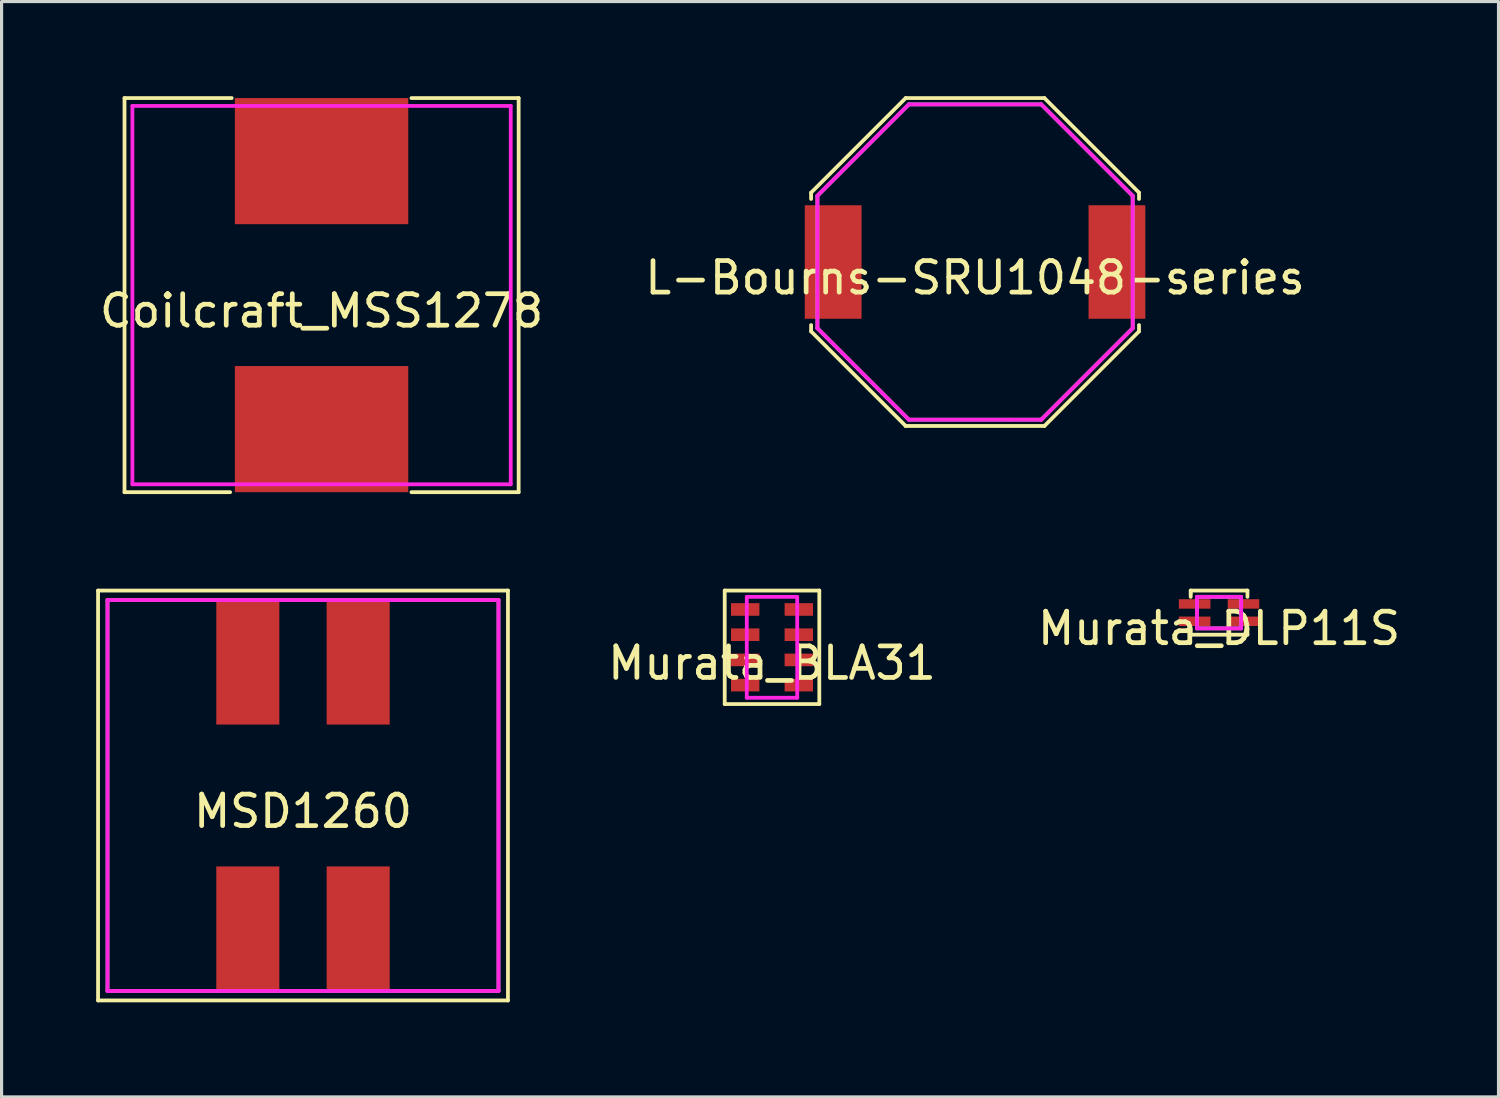
<source format=kicad_pcb>
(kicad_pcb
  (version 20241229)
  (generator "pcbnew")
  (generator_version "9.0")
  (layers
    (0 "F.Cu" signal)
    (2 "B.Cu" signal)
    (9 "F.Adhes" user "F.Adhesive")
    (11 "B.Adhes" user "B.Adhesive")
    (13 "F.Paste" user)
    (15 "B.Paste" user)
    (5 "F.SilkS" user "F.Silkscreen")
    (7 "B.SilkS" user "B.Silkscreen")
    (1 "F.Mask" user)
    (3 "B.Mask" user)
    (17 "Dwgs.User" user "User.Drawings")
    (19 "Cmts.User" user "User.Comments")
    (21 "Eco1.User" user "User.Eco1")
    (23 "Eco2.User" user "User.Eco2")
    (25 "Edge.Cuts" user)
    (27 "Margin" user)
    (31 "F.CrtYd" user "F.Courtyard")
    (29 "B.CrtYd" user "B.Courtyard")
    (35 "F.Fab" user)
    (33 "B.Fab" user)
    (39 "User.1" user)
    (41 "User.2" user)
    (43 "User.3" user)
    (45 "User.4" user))
  (footprint "MSD1260"
    (layer "F.Cu")
    (at 6.56 22.18)
    (property "Reference" "MSD1260" (at 0 0.5 0) (layer "F.SilkS") (effects (font (size 1 1) (thickness 0.15))))
    (attr smd)
    (fp_line (start -6.5 -6.5) (end -6.5 6.5) (stroke (width 0.12) (type solid)) (layer "F.SilkS"))
    (fp_line (start -6.5 6.5) (end 6.5 6.5) (stroke (width 0.12) (type solid)) (layer "F.SilkS"))
    (fp_line (start 6.5 -6.5) (end -6.5 -6.5) (stroke (width 0.12) (type solid)) (layer "F.SilkS"))
    (fp_line (start 6.5 6.5) (end 6.5 -6.5) (stroke (width 0.12) (type solid)) (layer "F.SilkS"))
    (fp_line (start -6.2 -6.2) (end -6.2 6.2) (stroke (width 0.12) (type solid)) (layer "F.CrtYd"))
    (fp_line (start -6.2 6.2) (end 6.2 6.2) (stroke (width 0.12) (type solid)) (layer "F.CrtYd"))
    (fp_line (start 6.2 -6.2) (end -6.2 -6.2) (stroke (width 0.12) (type solid)) (layer "F.CrtYd"))
    (fp_line (start 6.2 6.2) (end 6.2 -6.2) (stroke (width 0.12) (type solid)) (layer "F.CrtYd"))
    (fp_line (start -6.2 -6.2) (end -6.2 6.2) (stroke (width 0.12) (type solid)) (layer "F.Fab"))
    (fp_line (start -6.2 6.2) (end 6.2 6.2) (stroke (width 0.12) (type solid)) (layer "F.Fab"))
    (fp_line (start 6.2 -6.2) (end -6.2 -6.2) (stroke (width 0.12) (type solid)) (layer "F.Fab"))
    (fp_line (start 6.2 6.2) (end 6.2 -6.2) (stroke (width 0.12) (type solid)) (layer "F.Fab"))
    (pad "1" smd rect (at 1.75 -4.25) (size 2 4) (layers "F.Cu" "F.Mask" "F.Paste"))
    (pad "2" smd rect (at -1.75 -4.25) (size 2 4) (layers "F.Cu" "F.Mask" "F.Paste"))
    (pad "3" smd rect (at -1.75 4.25) (size 2 4) (layers "F.Cu" "F.Mask" "F.Paste"))
    (pad "4" smd rect (at 1.75 4.25) (size 2 4) (layers "F.Cu" "F.Mask" "F.Paste")))
  (footprint "Murata_BLA31"
    (layer "F.Cu")
    (at 21.435 17.48)
    (property "Reference" "Murata_BLA31" (at 0 0.5 0) (layer "F.SilkS") (effects (font (size 1 1) (thickness 0.15))))
    (attr through_hole)
    (fp_line (start -1.5 -1.8) (end -1.5 1.8) (stroke (width 0.12) (type solid)) (layer "F.SilkS"))
    (fp_line (start -1.5 1.8) (end 1.5 1.8) (stroke (width 0.12) (type solid)) (layer "F.SilkS"))
    (fp_line (start 1.5 -1.8) (end -1.5 -1.8) (stroke (width 0.12) (type solid)) (layer "F.SilkS"))
    (fp_line (start 1.5 1.8) (end 1.5 -1.8) (stroke (width 0.12) (type solid)) (layer "F.SilkS"))
    (fp_line (start -0.8 -1.6) (end -0.8 1.6) (stroke (width 0.12) (type solid)) (layer "F.CrtYd"))
    (fp_line (start -0.8 1.6) (end 0.8 1.6) (stroke (width 0.12) (type solid)) (layer "F.CrtYd"))
    (fp_line (start 0.8 -1.6) (end -0.8 -1.6) (stroke (width 0.12) (type solid)) (layer "F.CrtYd"))
    (fp_line (start 0.8 1.6) (end 0.8 -1.6) (stroke (width 0.12) (type solid)) (layer "F.CrtYd"))
    (pad "1" smd rect (at -0.85 -1.2) (size 0.9 0.4) (layers "F.Cu" "F.Mask" "F.Paste"))
    (pad "2" smd rect (at -0.85 -0.4) (size 0.9 0.4) (layers "F.Cu" "F.Mask" "F.Paste"))
    (pad "3" smd rect (at -0.85 0.4) (size 0.9 0.4) (layers "F.Cu" "F.Mask" "F.Paste"))
    (pad "4" smd rect (at -0.85 1.2) (size 0.9 0.4) (layers "F.Cu" "F.Mask" "F.Paste"))
    (pad "5" smd rect (at 0.85 1.2) (size 0.9 0.4) (layers "F.Cu" "F.Mask" "F.Paste"))
    (pad "6" smd rect (at 0.85 0.4) (size 0.9 0.4) (layers "F.Cu" "F.Mask" "F.Paste"))
    (pad "7" smd rect (at 0.85 -0.4) (size 0.9 0.4) (layers "F.Cu" "F.Mask" "F.Paste"))
    (pad "8" smd rect (at 0.85 -1.2) (size 0.9 0.4) (layers "F.Cu" "F.Mask" "F.Paste")))
  (footprint "Murata_DLP11S"
    (layer "F.Cu")
    (at 35.614 16.38)
    (property "Reference" "Murata_DLP11S" (at 0 0.5 0) (layer "F.SilkS") (effects (font (size 1 1) (thickness 0.15))))
    (attr through_hole)
    (fp_line (start -0.9 -0.7) (end 0.9 -0.7) (stroke (width 0.12) (type solid)) (layer "F.SilkS"))
    (fp_line (start -0.9 -0.6) (end -0.9 -0.7) (stroke (width 0.12) (type solid)) (layer "F.SilkS"))
    (fp_line (start -0.9 -0.5) (end -0.9 -0.6) (stroke (width 0.12) (type solid)) (layer "F.SilkS"))
    (fp_line (start -0.9 0.5) (end -0.9 0.7) (stroke (width 0.12) (type solid)) (layer "F.SilkS"))
    (fp_line (start -0.9 0.7) (end 0.9 0.7) (stroke (width 0.12) (type solid)) (layer "F.SilkS"))
    (fp_line (start 0.9 -0.7) (end 0.9 -0.5) (stroke (width 0.12) (type solid)) (layer "F.SilkS"))
    (fp_line (start 0.9 0.7) (end 0.9 0.5) (stroke (width 0.12) (type solid)) (layer "F.SilkS"))
    (fp_line (start -0.7 -0.5) (end -0.7 0.5) (stroke (width 0.12) (type solid)) (layer "F.CrtYd"))
    (fp_line (start -0.7 0.5) (end 0.7 0.5) (stroke (width 0.12) (type solid)) (layer "F.CrtYd"))
    (fp_line (start 0.7 -0.5) (end -0.7 -0.5) (stroke (width 0.12) (type solid)) (layer "F.CrtYd"))
    (fp_line (start 0.7 0.5) (end 0.7 -0.5) (stroke (width 0.12) (type solid)) (layer "F.CrtYd"))
    (fp_line (start -0.7 -0.5) (end -0.7 0.5) (stroke (width 0.12) (type solid)) (layer "F.Fab"))
    (fp_line (start -0.7 0.5) (end 0.7 0.5) (stroke (width 0.12) (type solid)) (layer "F.Fab"))
    (fp_line (start 0.7 -0.5) (end -0.7 -0.5) (stroke (width 0.12) (type solid)) (layer "F.Fab"))
    (fp_line (start 0.7 0.5) (end 0.7 -0.5) (stroke (width 0.12) (type solid)) (layer "F.Fab"))
    (pad "1" smd rect (at -0.775 0.275) (size 1 0.3) (layers "F.Cu" "F.Mask" "F.Paste"))
    (pad "2" smd rect (at 0.775 0.275) (size 1 0.3) (layers "F.Cu" "F.Mask" "F.Paste"))
    (pad "3" smd rect (at 0.775 -0.275) (size 1 0.3) (layers "F.Cu" "F.Mask" "F.Paste"))
    (pad "4" smd rect (at -0.775 -0.275) (size 1 0.3) (layers "F.Cu" "F.Mask" "F.Paste")))
  (footprint "Coilcraft_MSS1278"
    (layer "F.Cu")
    (at 7.149 6.31)
    (property "Reference" "Coilcraft_MSS1278" (at 0 0.5 0) (layer "F.SilkS") (effects (font (size 1 1) (thickness 0.15))))
    (attr smd)
    (fp_line (start -6.25 -6.25) (end -6.25 6.25) (stroke (width 0.12) (type solid)) (layer "F.SilkS"))
    (fp_line (start -6.25 6.25) (end -2.9 6.25) (stroke (width 0.12) (type solid)) (layer "F.SilkS"))
    (fp_line (start -2.85 -6.25) (end -6.25 -6.25) (stroke (width 0.12) (type solid)) (layer "F.SilkS"))
    (fp_line (start 2.85 -6.25) (end 6.25 -6.25) (stroke (width 0.12) (type solid)) (layer "F.SilkS"))
    (fp_line (start 6.25 -6.25) (end 6.25 6.25) (stroke (width 0.12) (type solid)) (layer "F.SilkS"))
    (fp_line (start 6.25 6.25) (end 2.85 6.25) (stroke (width 0.12) (type solid)) (layer "F.SilkS"))
    (fp_line (start -6 -6) (end -6 6) (stroke (width 0.12) (type solid)) (layer "F.CrtYd"))
    (fp_line (start -6 6) (end 6 6) (stroke (width 0.12) (type solid)) (layer "F.CrtYd"))
    (fp_line (start 6 -6) (end -6 -6) (stroke (width 0.12) (type solid)) (layer "F.CrtYd"))
    (fp_line (start 6 6) (end 6 -6) (stroke (width 0.12) (type solid)) (layer "F.CrtYd"))
    (pad "1" smd rect (at 0 -4.25) (size 5.5 4) (layers "F.Cu" "F.Mask" "F.Paste"))
    (pad "2" smd rect (at 0 4.25) (size 5.5 4) (layers "F.Cu" "F.Mask" "F.Paste")))
  (footprint "L-Bourns-SRU1048-series"
    (layer "F.Cu")
    (at 27.875 5.26)
    (property "Reference" "L-Bourns-SRU1048-series" (at 0 0.5 0) (layer "F.SilkS") (effects (font (size 1 1) (thickness 0.15))))
    (attr through_hole)
    (fp_line (start -5.2 -2.2) (end -2.2 -5.2) (stroke (width 0.12) (type solid)) (layer "F.SilkS"))
    (fp_line (start -5.2 -2) (end -5.2 -2.2) (stroke (width 0.12) (type solid)) (layer "F.SilkS"))
    (fp_line (start -5.2 2) (end -5.2 2.2) (stroke (width 0.12) (type solid)) (layer "F.SilkS"))
    (fp_line (start -5.2 2.2) (end -2.2 5.2) (stroke (width 0.12) (type solid)) (layer "F.SilkS"))
    (fp_line (start -2.2 -5.2) (end 2.2 -5.2) (stroke (width 0.12) (type solid)) (layer "F.SilkS"))
    (fp_line (start -2.2 5.2) (end -2.2 5.2) (stroke (width 0.12) (type solid)) (layer "F.SilkS"))
    (fp_line (start -2.2 5.2) (end 2.2 5.2) (stroke (width 0.12) (type solid)) (layer "F.SilkS"))
    (fp_line (start 2.2 -5.2) (end 5.2 -2.2) (stroke (width 0.12) (type solid)) (layer "F.SilkS"))
    (fp_line (start 2.2 5.2) (end 5.2 2.2) (stroke (width 0.12) (type solid)) (layer "F.SilkS"))
    (fp_line (start 5.2 -2.2) (end 5.2 -2) (stroke (width 0.12) (type solid)) (layer "F.SilkS"))
    (fp_line (start 5.2 2.2) (end 5.2 2) (stroke (width 0.12) (type solid)) (layer "F.SilkS"))
    (fp_line (start -5 -2.1) (end -5 2.1) (stroke (width 0.12) (type solid)) (layer "F.CrtYd"))
    (fp_line (start -5 2.1) (end -2.1 5) (stroke (width 0.12) (type solid)) (layer "F.CrtYd"))
    (fp_line (start -2.1 -5) (end -5 -2.1) (stroke (width 0.12) (type solid)) (layer "F.CrtYd"))
    (fp_line (start -2.1 5) (end 1.1 5) (stroke (width 0.12) (type solid)) (layer "F.CrtYd"))
    (fp_line (start 1.1 5) (end 2.1 5) (stroke (width 0.12) (type solid)) (layer "F.CrtYd"))
    (fp_line (start 2.1 -5) (end -2.1 -5) (stroke (width 0.12) (type solid)) (layer "F.CrtYd"))
    (fp_line (start 2.1 5) (end 5 2.1) (stroke (width 0.12) (type solid)) (layer "F.CrtYd"))
    (fp_line (start 5 -2.1) (end 2.1 -5) (stroke (width 0.12) (type solid)) (layer "F.CrtYd"))
    (fp_line (start 5 -1.1) (end 5 -2.1) (stroke (width 0.12) (type solid)) (layer "F.CrtYd"))
    (fp_line (start 5 2.1) (end 5 -1.1) (stroke (width 0.12) (type solid)) (layer "F.CrtYd"))
    (fp_line (start -5 -2.1) (end -5 2.1) (stroke (width 0.12) (type solid)) (layer "F.Fab"))
    (fp_line (start -5 2.1) (end -2.1 5) (stroke (width 0.12) (type solid)) (layer "F.Fab"))
    (fp_line (start -2.1 -5) (end -5 -2.1) (stroke (width 0.12) (type solid)) (layer "F.Fab"))
    (fp_line (start -2.1 5) (end 2.1 5) (stroke (width 0.12) (type solid)) (layer "F.Fab"))
    (fp_line (start 2.1 -5) (end -2.1 -5) (stroke (width 0.12) (type solid)) (layer "F.Fab"))
    (fp_line (start 2.1 5) (end 5 2.1) (stroke (width 0.12) (type solid)) (layer "F.Fab"))
    (fp_line (start 5 -2.1) (end 2.1 -5) (stroke (width 0.12) (type solid)) (layer "F.Fab"))
    (fp_line (start 5 2.1) (end 5 -2.1) (stroke (width 0.12) (type solid)) (layer "F.Fab"))
    (pad "1" smd rect (at -4.5 0) (size 1.8 3.6) (layers "F.Cu" "F.Mask" "F.Paste"))
    (pad "2" smd rect (at 4.5 0) (size 1.8 3.6) (layers "F.Cu" "F.Mask" "F.Paste")))
  (gr_rect
    (start -3 -3)
    (end 44.477 31.74)
    (stroke (width 0.1) (type default))
    (fill no)
    (layer "Edge.Cuts")))
</source>
